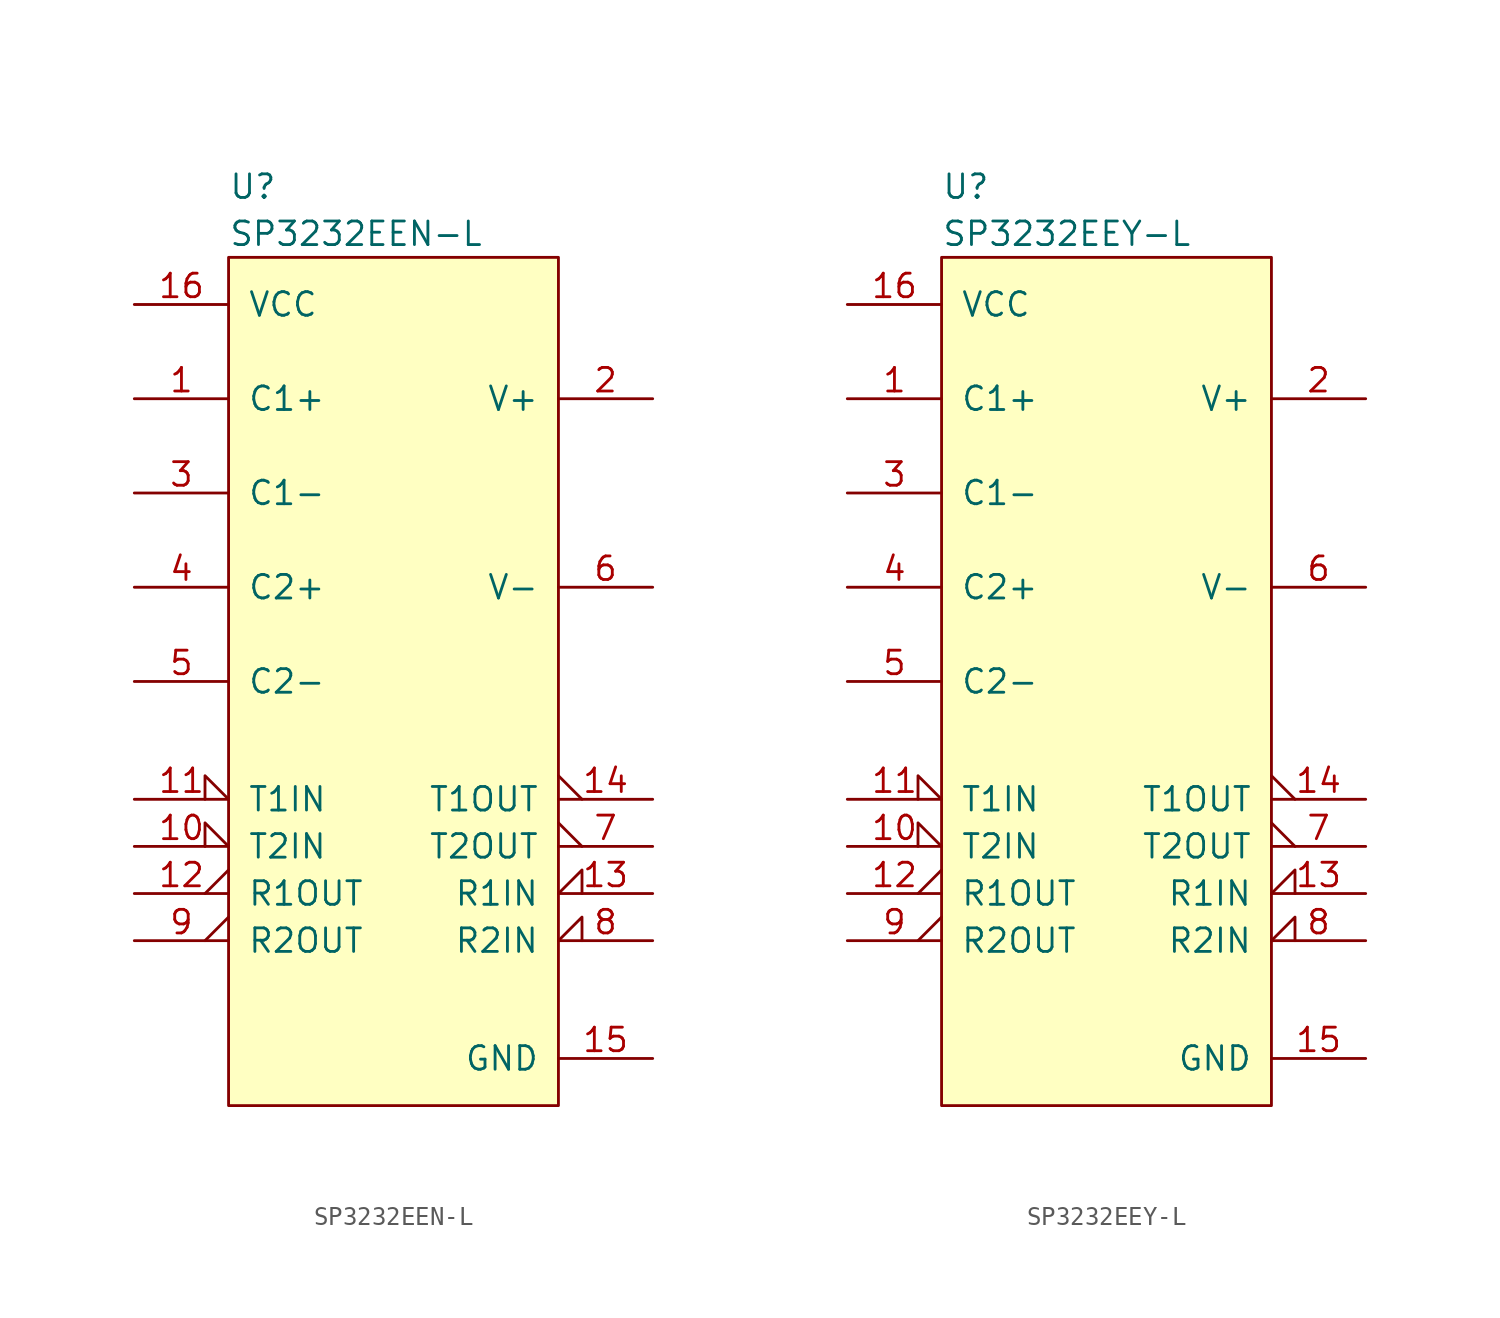
<source format=kicad_sym>
(kicad_symbol_lib
  (version 20211014)
  (generator kicad_symbol_editor)
  (symbol "SP3232EEN-L"
    (pin_names
      (offset 1.016))
    (property "Reference" "U"
      (at 0 3.81 0)
      (effects (font (size 1.27 1.27)) (justify left)))
    (property "Value" "SP3232EEN-L"
      (at 0 1.27 0)
      (effects (font (size 1.27 1.27)) (justify left)))
    (symbol "SP3232EEN-L_0_0"
      (pin passive line (at -5.08 -7.62 0) (length 5.08) (name "C1+" (effects (font (size 1.27 1.27)))) (number "1" (effects (font (size 1.27 1.27)))))
      (pin input input_low (at -5.08 -31.75 0) (length 5.08) (name "T2IN" (effects (font (size 1.27 1.27)))) (number "10" (effects (font (size 1.27 1.27)))))
      (pin input input_low (at -5.08 -29.21 0) (length 5.08) (name "T1IN" (effects (font (size 1.27 1.27)))) (number "11" (effects (font (size 1.27 1.27)))))
      (pin output output_low (at -5.08 -34.29 0) (length 5.08) (name "R1OUT" (effects (font (size 1.27 1.27)))) (number "12" (effects (font (size 1.27 1.27)))))
      (pin input input_low (at 22.86 -34.29 180) (length 5.08) (name "R1IN" (effects (font (size 1.27 1.27)))) (number "13" (effects (font (size 1.27 1.27)))))
      (pin output output_low (at 22.86 -29.21 180) (length 5.08) (name "T1OUT" (effects (font (size 1.27 1.27)))) (number "14" (effects (font (size 1.27 1.27)))))
      (pin power_in line (at 22.86 -43.18 180) (length 5.08) (name "GND" (effects (font (size 1.27 1.27)))) (number "15" (effects (font (size 1.27 1.27)))))
      (pin power_in line (at -5.08 -2.54 0) (length 5.08) (name "VCC" (effects (font (size 1.27 1.27)))) (number "16" (effects (font (size 1.27 1.27)))))
      (pin passive line (at 22.86 -7.62 180) (length 5.08) (name "V+" (effects (font (size 1.27 1.27)))) (number "2" (effects (font (size 1.27 1.27)))))
      (pin passive line (at -5.08 -12.7 0) (length 5.08) (name "C1-" (effects (font (size 1.27 1.27)))) (number "3" (effects (font (size 1.27 1.27)))))
      (pin passive line (at -5.08 -17.78 0) (length 5.08) (name "C2+" (effects (font (size 1.27 1.27)))) (number "4" (effects (font (size 1.27 1.27)))))
      (pin passive line (at -5.08 -22.86 0) (length 5.08) (name "C2-" (effects (font (size 1.27 1.27)))) (number "5" (effects (font (size 1.27 1.27)))))
      (pin passive line (at 22.86 -17.78 180) (length 5.08) (name "V-" (effects (font (size 1.27 1.27)))) (number "6" (effects (font (size 1.27 1.27)))))
      (pin output output_low (at 22.86 -31.75 180) (length 5.08) (name "T2OUT" (effects (font (size 1.27 1.27)))) (number "7" (effects (font (size 1.27 1.27)))))
      (pin input input_low (at 22.86 -36.83 180) (length 5.08) (name "R2IN" (effects (font (size 1.27 1.27)))) (number "8" (effects (font (size 1.27 1.27)))))
      (pin output output_low (at -5.08 -36.83 0) (length 5.08) (name "R2OUT" (effects (font (size 1.27 1.27)))) (number "9" (effects (font (size 1.27 1.27))))))
    (symbol "SP3232EEN-L_0_1"
      (rectangle (start 0 0) (end 17.78 -45.72) (stroke (width 0) (type default) (color 0 0 0 0)) (fill (type background)))))
  (symbol "SP3232EEY-L"
    (pin_names
      (offset 1.016))
    (property "Reference" "U"
      (at 0 3.81 0)
      (effects (font (size 1.27 1.27)) (justify left)))
    (property "Value" "SP3232EEY-L"
      (at 0 1.27 0)
      (effects (font (size 1.27 1.27)) (justify left)))
    (symbol "SP3232EEY-L_0_0"
      (pin passive line (at -5.08 -7.62 0) (length 5.08) (name "C1+" (effects (font (size 1.27 1.27)))) (number "1" (effects (font (size 1.27 1.27)))))
      (pin input input_low (at -5.08 -31.75 0) (length 5.08) (name "T2IN" (effects (font (size 1.27 1.27)))) (number "10" (effects (font (size 1.27 1.27)))))
      (pin input input_low (at -5.08 -29.21 0) (length 5.08) (name "T1IN" (effects (font (size 1.27 1.27)))) (number "11" (effects (font (size 1.27 1.27)))))
      (pin output output_low (at -5.08 -34.29 0) (length 5.08) (name "R1OUT" (effects (font (size 1.27 1.27)))) (number "12" (effects (font (size 1.27 1.27)))))
      (pin input input_low (at 22.86 -34.29 180) (length 5.08) (name "R1IN" (effects (font (size 1.27 1.27)))) (number "13" (effects (font (size 1.27 1.27)))))
      (pin output output_low (at 22.86 -29.21 180) (length 5.08) (name "T1OUT" (effects (font (size 1.27 1.27)))) (number "14" (effects (font (size 1.27 1.27)))))
      (pin power_in line (at 22.86 -43.18 180) (length 5.08) (name "GND" (effects (font (size 1.27 1.27)))) (number "15" (effects (font (size 1.27 1.27)))))
      (pin power_in line (at -5.08 -2.54 0) (length 5.08) (name "VCC" (effects (font (size 1.27 1.27)))) (number "16" (effects (font (size 1.27 1.27)))))
      (pin passive line (at 22.86 -7.62 180) (length 5.08) (name "V+" (effects (font (size 1.27 1.27)))) (number "2" (effects (font (size 1.27 1.27)))))
      (pin passive line (at -5.08 -12.7 0) (length 5.08) (name "C1-" (effects (font (size 1.27 1.27)))) (number "3" (effects (font (size 1.27 1.27)))))
      (pin passive line (at -5.08 -17.78 0) (length 5.08) (name "C2+" (effects (font (size 1.27 1.27)))) (number "4" (effects (font (size 1.27 1.27)))))
      (pin passive line (at -5.08 -22.86 0) (length 5.08) (name "C2-" (effects (font (size 1.27 1.27)))) (number "5" (effects (font (size 1.27 1.27)))))
      (pin passive line (at 22.86 -17.78 180) (length 5.08) (name "V-" (effects (font (size 1.27 1.27)))) (number "6" (effects (font (size 1.27 1.27)))))
      (pin output output_low (at 22.86 -31.75 180) (length 5.08) (name "T2OUT" (effects (font (size 1.27 1.27)))) (number "7" (effects (font (size 1.27 1.27)))))
      (pin input input_low (at 22.86 -36.83 180) (length 5.08) (name "R2IN" (effects (font (size 1.27 1.27)))) (number "8" (effects (font (size 1.27 1.27)))))
      (pin output output_low (at -5.08 -36.83 0) (length 5.08) (name "R2OUT" (effects (font (size 1.27 1.27)))) (number "9" (effects (font (size 1.27 1.27))))))
    (symbol "SP3232EEY-L_0_1"
      (rectangle (start 0 0) (end 17.78 -45.72) (stroke (width 0) (type default) (color 0 0 0 0)) (fill (type background))))))
</source>
